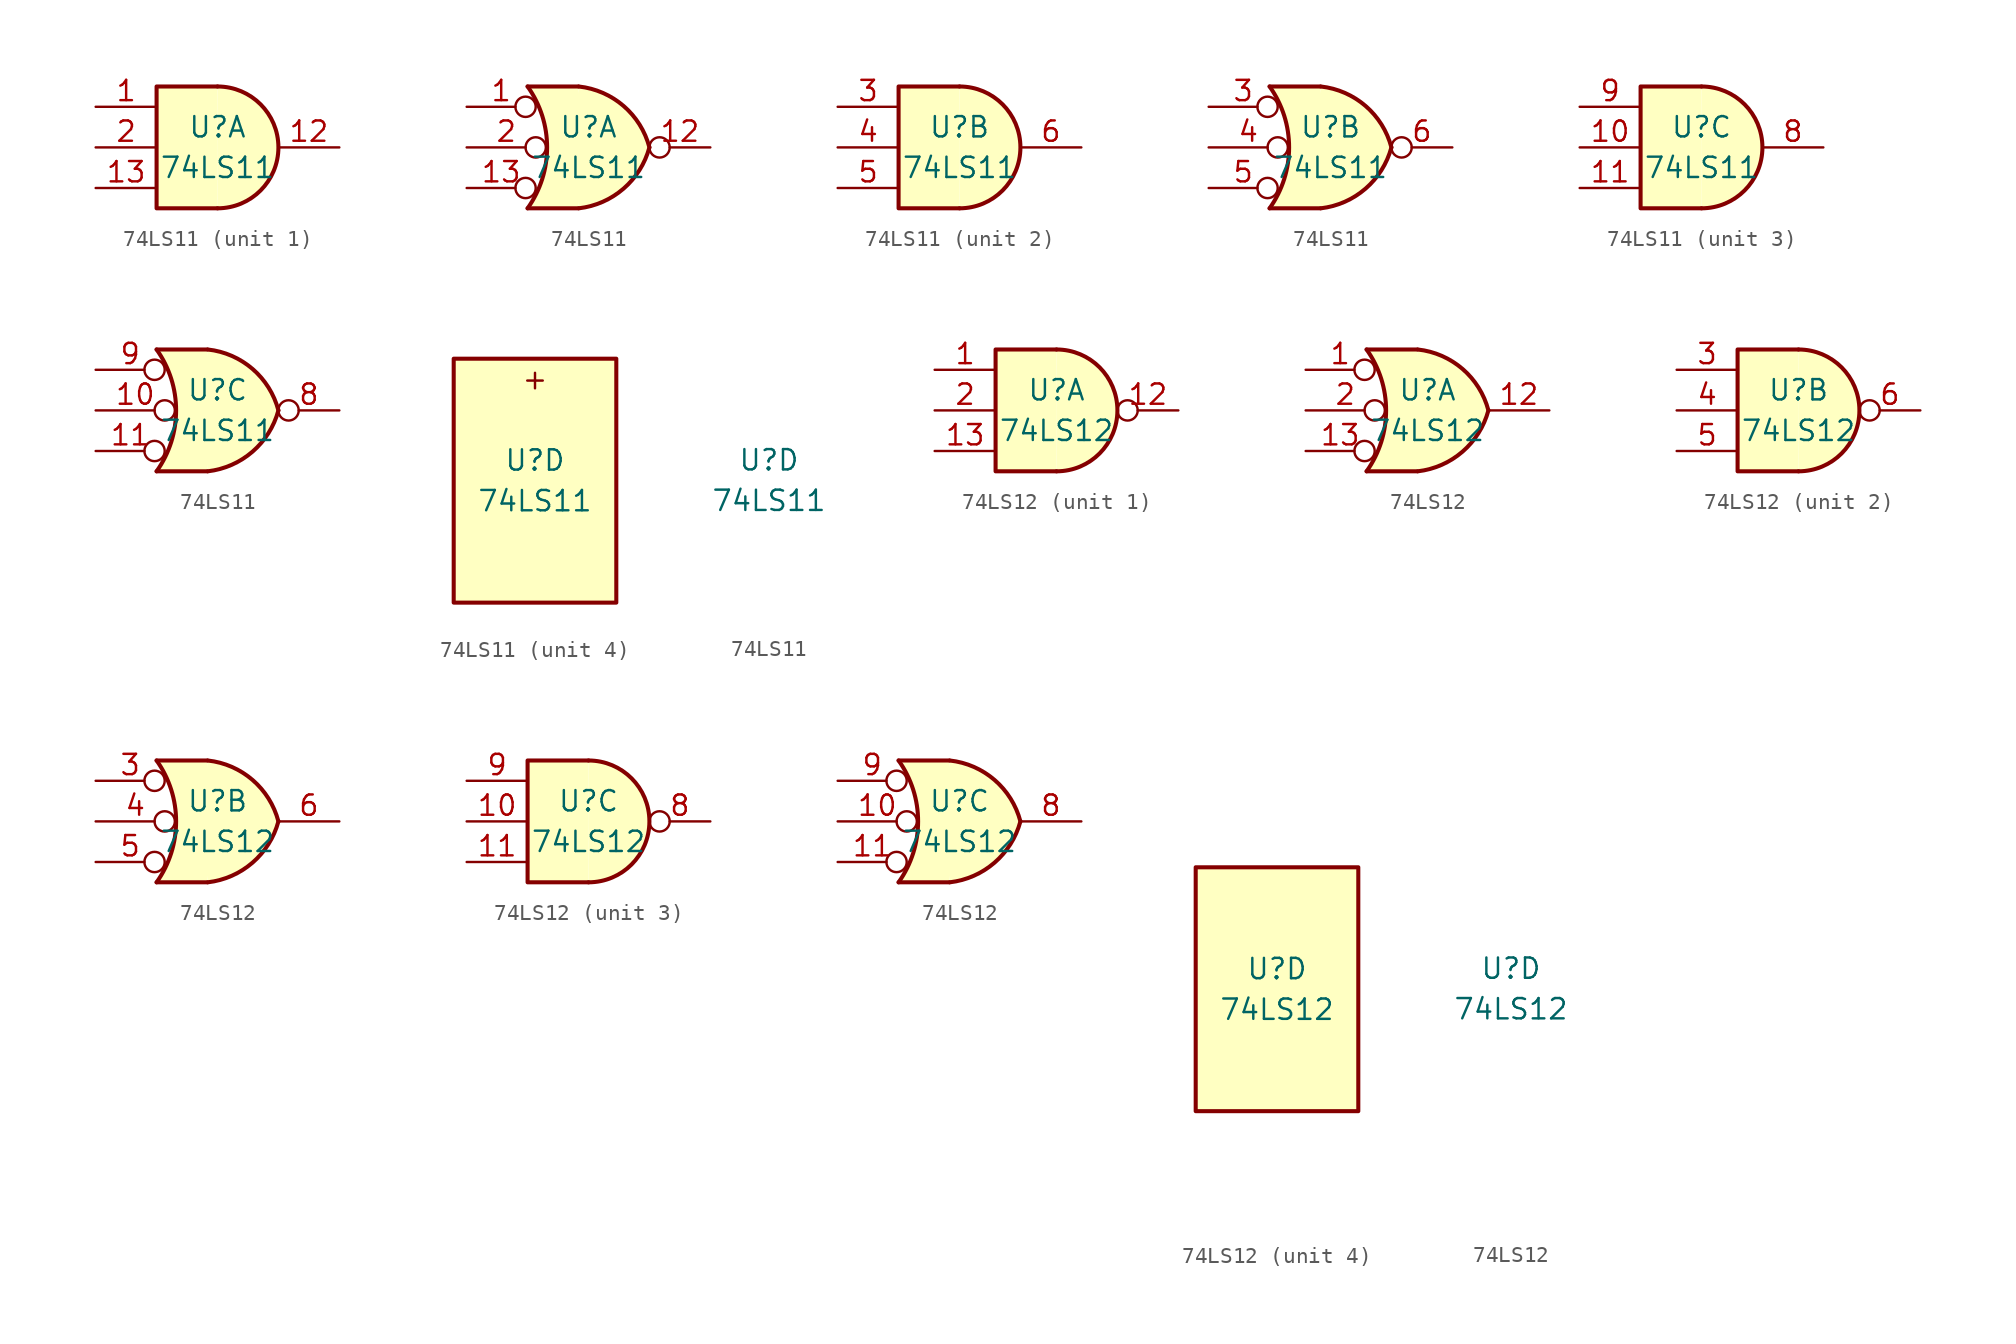
<source format=kicad_sym>
(kicad_symbol_lib
  (version 20231120)
  (generator "kicad_symbol_editor")
  (generator_version "8.0")
  (symbol "74LS11"
    (pin_names
      (offset 1.016))
    (property "Reference" "U"
      (at 0 1.27 0)
      (effects (font (size 1.27 1.27))))
    (property "Value" "74LS11"
      (at 0 -1.27 0)
      (effects (font (size 1.27 1.27))))
    (property "ki_locked" ""
      (at 0 0 0)
      (effects (font (size 1.27 1.27))))
    (symbol "74LS11_1_1"
      (arc (start 0 -3.81) (mid 3.7934 0) (end 0 3.81) (stroke (width 0.254) (type default)) (fill (type background)))
      (polyline (pts (xy 0 3.81) (xy -3.81 3.81) (xy -3.81 -3.81) (xy 0 -3.81)) (stroke (width 0.254) (type default)) (fill (type background)))
      (pin input line (at -7.62 2.54 0) (length 3.81) (name "~" (effects (font (size 1.27 1.27)))) (number "1" (effects (font (size 1.27 1.27)))))
      (pin output line (at 7.62 0 180) (length 3.81) (name "~" (effects (font (size 1.27 1.27)))) (number "12" (effects (font (size 1.27 1.27)))))
      (pin input line (at -7.62 -2.54 0) (length 3.81) (name "~" (effects (font (size 1.27 1.27)))) (number "13" (effects (font (size 1.27 1.27)))))
      (pin input line (at -7.62 0 0) (length 3.81) (name "~" (effects (font (size 1.27 1.27)))) (number "2" (effects (font (size 1.27 1.27))))))
    (symbol "74LS11_1_2"
      (arc (start -3.81 -3.81) (mid -2.589 0) (end -3.81 3.81) (stroke (width 0.254) (type default)) (fill (type none)))
      (arc (start -0.6096 -3.81) (mid 2.1842 -2.5851) (end 3.81 0) (stroke (width 0.254) (type default)) (fill (type background)))
      (polyline (pts (xy -3.81 -3.81) (xy -0.635 -3.81)) (stroke (width 0.254) (type default)) (fill (type background)))
      (polyline (pts (xy -3.81 3.81) (xy -0.635 3.81)) (stroke (width 0.254) (type default)) (fill (type background)))
      (polyline (pts (xy -0.635 3.81) (xy -3.81 3.81) (xy -3.81 3.81) (xy -3.556 3.404) (xy -3.023 2.261) (xy -2.692 1.041) (xy -2.616 -0.254) (xy -2.769 -1.499) (xy -3.175 -2.718) (xy -3.81 -3.81) (xy -3.81 -3.81) (xy -0.635 -3.81)) (stroke (width -25.4) (type default)) (fill (type background)))
      (arc (start 3.81 0) (mid 2.1915 2.5936) (end -0.6096 3.81) (stroke (width 0.254) (type default)) (fill (type background)))
      (pin input inverted (at -7.62 2.54 0) (length 4.318) (name "~" (effects (font (size 1.27 1.27)))) (number "1" (effects (font (size 1.27 1.27)))))
      (pin output inverted (at 7.62 0 180) (length 3.81) (name "~" (effects (font (size 1.27 1.27)))) (number "12" (effects (font (size 1.27 1.27)))))
      (pin input inverted (at -7.62 -2.54 0) (length 4.318) (name "~" (effects (font (size 1.27 1.27)))) (number "13" (effects (font (size 1.27 1.27)))))
      (pin input inverted (at -7.62 0 0) (length 4.953) (name "~" (effects (font (size 1.27 1.27)))) (number "2" (effects (font (size 1.27 1.27))))))
    (symbol "74LS11_2_1"
      (arc (start 0 -3.81) (mid 3.7934 0) (end 0 3.81) (stroke (width 0.254) (type default)) (fill (type background)))
      (polyline (pts (xy 0 3.81) (xy -3.81 3.81) (xy -3.81 -3.81) (xy 0 -3.81)) (stroke (width 0.254) (type default)) (fill (type background)))
      (pin input line (at -7.62 2.54 0) (length 3.81) (name "~" (effects (font (size 1.27 1.27)))) (number "3" (effects (font (size 1.27 1.27)))))
      (pin input line (at -7.62 0 0) (length 3.81) (name "~" (effects (font (size 1.27 1.27)))) (number "4" (effects (font (size 1.27 1.27)))))
      (pin input line (at -7.62 -2.54 0) (length 3.81) (name "~" (effects (font (size 1.27 1.27)))) (number "5" (effects (font (size 1.27 1.27)))))
      (pin output line (at 7.62 0 180) (length 3.81) (name "~" (effects (font (size 1.27 1.27)))) (number "6" (effects (font (size 1.27 1.27))))))
    (symbol "74LS11_2_2"
      (arc (start -3.81 -3.81) (mid -2.589 0) (end -3.81 3.81) (stroke (width 0.254) (type default)) (fill (type none)))
      (arc (start -0.6096 -3.81) (mid 2.1842 -2.5851) (end 3.81 0) (stroke (width 0.254) (type default)) (fill (type background)))
      (polyline (pts (xy -3.81 -3.81) (xy -0.635 -3.81)) (stroke (width 0.254) (type default)) (fill (type background)))
      (polyline (pts (xy -3.81 3.81) (xy -0.635 3.81)) (stroke (width 0.254) (type default)) (fill (type background)))
      (polyline (pts (xy -0.635 3.81) (xy -3.81 3.81) (xy -3.81 3.81) (xy -3.556 3.404) (xy -3.023 2.261) (xy -2.692 1.041) (xy -2.616 -0.254) (xy -2.769 -1.499) (xy -3.175 -2.718) (xy -3.81 -3.81) (xy -3.81 -3.81) (xy -0.635 -3.81)) (stroke (width -25.4) (type default)) (fill (type background)))
      (arc (start 3.81 0) (mid 2.1915 2.5936) (end -0.6096 3.81) (stroke (width 0.254) (type default)) (fill (type background)))
      (pin input inverted (at -7.62 2.54 0) (length 4.318) (name "~" (effects (font (size 1.27 1.27)))) (number "3" (effects (font (size 1.27 1.27)))))
      (pin input inverted (at -7.62 0 0) (length 4.953) (name "~" (effects (font (size 1.27 1.27)))) (number "4" (effects (font (size 1.27 1.27)))))
      (pin input inverted (at -7.62 -2.54 0) (length 4.318) (name "~" (effects (font (size 1.27 1.27)))) (number "5" (effects (font (size 1.27 1.27)))))
      (pin output inverted (at 7.62 0 180) (length 3.81) (name "~" (effects (font (size 1.27 1.27)))) (number "6" (effects (font (size 1.27 1.27))))))
    (symbol "74LS11_3_1"
      (arc (start 0 -3.81) (mid 3.7934 0) (end 0 3.81) (stroke (width 0.254) (type default)) (fill (type background)))
      (polyline (pts (xy 0 3.81) (xy -3.81 3.81) (xy -3.81 -3.81) (xy 0 -3.81)) (stroke (width 0.254) (type default)) (fill (type background)))
      (pin input line (at -7.62 0 0) (length 3.81) (name "~" (effects (font (size 1.27 1.27)))) (number "10" (effects (font (size 1.27 1.27)))))
      (pin input line (at -7.62 -2.54 0) (length 3.81) (name "~" (effects (font (size 1.27 1.27)))) (number "11" (effects (font (size 1.27 1.27)))))
      (pin output line (at 7.62 0 180) (length 3.81) (name "~" (effects (font (size 1.27 1.27)))) (number "8" (effects (font (size 1.27 1.27)))))
      (pin input line (at -7.62 2.54 0) (length 3.81) (name "~" (effects (font (size 1.27 1.27)))) (number "9" (effects (font (size 1.27 1.27))))))
    (symbol "74LS11_3_2"
      (arc (start -3.81 -3.81) (mid -2.589 0) (end -3.81 3.81) (stroke (width 0.254) (type default)) (fill (type none)))
      (arc (start -0.6096 -3.81) (mid 2.1842 -2.5851) (end 3.81 0) (stroke (width 0.254) (type default)) (fill (type background)))
      (polyline (pts (xy -3.81 -3.81) (xy -0.635 -3.81)) (stroke (width 0.254) (type default)) (fill (type background)))
      (polyline (pts (xy -3.81 3.81) (xy -0.635 3.81)) (stroke (width 0.254) (type default)) (fill (type background)))
      (polyline (pts (xy -0.635 3.81) (xy -3.81 3.81) (xy -3.81 3.81) (xy -3.556 3.404) (xy -3.023 2.261) (xy -2.692 1.041) (xy -2.616 -0.254) (xy -2.769 -1.499) (xy -3.175 -2.718) (xy -3.81 -3.81) (xy -3.81 -3.81) (xy -0.635 -3.81)) (stroke (width -25.4) (type default)) (fill (type background)))
      (arc (start 3.81 0) (mid 2.1915 2.5936) (end -0.6096 3.81) (stroke (width 0.254) (type default)) (fill (type background)))
      (pin input inverted (at -7.62 0 0) (length 4.953) (name "~" (effects (font (size 1.27 1.27)))) (number "10" (effects (font (size 1.27 1.27)))))
      (pin input inverted (at -7.62 -2.54 0) (length 4.318) (name "~" (effects (font (size 1.27 1.27)))) (number "11" (effects (font (size 1.27 1.27)))))
      (pin output inverted (at 7.62 0 180) (length 3.81) (name "~" (effects (font (size 1.27 1.27)))) (number "8" (effects (font (size 1.27 1.27)))))
      (pin input inverted (at -7.62 2.54 0) (length 4.318) (name "~" (effects (font (size 1.27 1.27)))) (number "9" (effects (font (size 1.27 1.27))))))
    (symbol "74LS11_4_0"
      (pin input line (at 0 7.62 270) (length 5.08) hide (name "VCC" (effects (font (size 1.27 1.27)))) (number "14" (effects (font (size 1.27 1.27)))))
      (pin input line (at 0 -7.62 90) (length 5.08) hide (name "GND" (effects (font (size 1.27 1.27)))) (number "7" (effects (font (size 1.27 1.27))))))
    (symbol "74LS11_4_1"
      (rectangle (start -5.08 7.62) (end 5.08 -7.62) (stroke (width 0.254) (type default)) (fill (type background)))
      (text "+" (at 0 6.35 0) (effects (font (size 1.27 1.27))))))
  (symbol "74LS12"
    (pin_names
      (offset 1.016))
    (property "Reference" "U"
      (at 0 1.27 0)
      (effects (font (size 1.27 1.27))))
    (property "Value" "74LS12"
      (at 0 -1.27 0)
      (effects (font (size 1.27 1.27))))
    (property "ki_locked" ""
      (at 0 0 0)
      (effects (font (size 1.27 1.27))))
    (symbol "74LS12_1_1"
      (arc (start 0 -3.81) (mid 3.7934 0) (end 0 3.81) (stroke (width 0.254) (type default)) (fill (type background)))
      (polyline (pts (xy 0 3.81) (xy -3.81 3.81) (xy -3.81 -3.81) (xy 0 -3.81)) (stroke (width 0.254) (type default)) (fill (type background)))
      (pin input line (at -7.62 2.54 0) (length 3.81) (name "~" (effects (font (size 1.27 1.27)))) (number "1" (effects (font (size 1.27 1.27)))))
      (pin open_collector inverted (at 7.62 0 180) (length 3.81) (name "~" (effects (font (size 1.27 1.27)))) (number "12" (effects (font (size 1.27 1.27)))))
      (pin input line (at -7.62 -2.54 0) (length 3.81) (name "~" (effects (font (size 1.27 1.27)))) (number "13" (effects (font (size 1.27 1.27)))))
      (pin input line (at -7.62 0 0) (length 3.81) (name "~" (effects (font (size 1.27 1.27)))) (number "2" (effects (font (size 1.27 1.27))))))
    (symbol "74LS12_1_2"
      (arc (start -3.81 -3.81) (mid -2.589 0) (end -3.81 3.81) (stroke (width 0.254) (type default)) (fill (type none)))
      (arc (start -0.6096 -3.81) (mid 2.1842 -2.5851) (end 3.81 0) (stroke (width 0.254) (type default)) (fill (type background)))
      (polyline (pts (xy -3.81 -3.81) (xy -0.635 -3.81)) (stroke (width 0.254) (type default)) (fill (type background)))
      (polyline (pts (xy -3.81 3.81) (xy -0.635 3.81)) (stroke (width 0.254) (type default)) (fill (type background)))
      (polyline (pts (xy -0.635 3.81) (xy -3.81 3.81) (xy -3.81 3.81) (xy -3.556 3.404) (xy -3.023 2.261) (xy -2.692 1.041) (xy -2.616 -0.254) (xy -2.769 -1.499) (xy -3.175 -2.718) (xy -3.81 -3.81) (xy -3.81 -3.81) (xy -0.635 -3.81)) (stroke (width -25.4) (type default)) (fill (type background)))
      (arc (start 3.81 0) (mid 2.1915 2.5936) (end -0.6096 3.81) (stroke (width 0.254) (type default)) (fill (type background)))
      (pin input inverted (at -7.62 2.54 0) (length 4.318) (name "~" (effects (font (size 1.27 1.27)))) (number "1" (effects (font (size 1.27 1.27)))))
      (pin open_collector line (at 7.62 0 180) (length 3.81) (name "~" (effects (font (size 1.27 1.27)))) (number "12" (effects (font (size 1.27 1.27)))))
      (pin input inverted (at -7.62 -2.54 0) (length 4.318) (name "~" (effects (font (size 1.27 1.27)))) (number "13" (effects (font (size 1.27 1.27)))))
      (pin input inverted (at -7.62 0 0) (length 4.953) (name "~" (effects (font (size 1.27 1.27)))) (number "2" (effects (font (size 1.27 1.27))))))
    (symbol "74LS12_2_1"
      (arc (start 0 -3.81) (mid 3.7934 0) (end 0 3.81) (stroke (width 0.254) (type default)) (fill (type background)))
      (polyline (pts (xy 0 3.81) (xy -3.81 3.81) (xy -3.81 -3.81) (xy 0 -3.81)) (stroke (width 0.254) (type default)) (fill (type background)))
      (pin input line (at -7.62 2.54 0) (length 3.81) (name "~" (effects (font (size 1.27 1.27)))) (number "3" (effects (font (size 1.27 1.27)))))
      (pin input line (at -7.62 0 0) (length 3.81) (name "~" (effects (font (size 1.27 1.27)))) (number "4" (effects (font (size 1.27 1.27)))))
      (pin input line (at -7.62 -2.54 0) (length 3.81) (name "~" (effects (font (size 1.27 1.27)))) (number "5" (effects (font (size 1.27 1.27)))))
      (pin open_collector inverted (at 7.62 0 180) (length 3.81) (name "~" (effects (font (size 1.27 1.27)))) (number "6" (effects (font (size 1.27 1.27))))))
    (symbol "74LS12_2_2"
      (arc (start -3.81 -3.81) (mid -2.589 0) (end -3.81 3.81) (stroke (width 0.254) (type default)) (fill (type none)))
      (arc (start -0.6096 -3.81) (mid 2.1842 -2.5851) (end 3.81 0) (stroke (width 0.254) (type default)) (fill (type background)))
      (polyline (pts (xy -3.81 -3.81) (xy -0.635 -3.81)) (stroke (width 0.254) (type default)) (fill (type background)))
      (polyline (pts (xy -3.81 3.81) (xy -0.635 3.81)) (stroke (width 0.254) (type default)) (fill (type background)))
      (polyline (pts (xy -0.635 3.81) (xy -3.81 3.81) (xy -3.81 3.81) (xy -3.556 3.404) (xy -3.023 2.261) (xy -2.692 1.041) (xy -2.616 -0.254) (xy -2.769 -1.499) (xy -3.175 -2.718) (xy -3.81 -3.81) (xy -3.81 -3.81) (xy -0.635 -3.81)) (stroke (width -25.4) (type default)) (fill (type background)))
      (arc (start 3.81 0) (mid 2.1915 2.5936) (end -0.6096 3.81) (stroke (width 0.254) (type default)) (fill (type background)))
      (pin input inverted (at -7.62 2.54 0) (length 4.318) (name "~" (effects (font (size 1.27 1.27)))) (number "3" (effects (font (size 1.27 1.27)))))
      (pin input inverted (at -7.62 0 0) (length 4.953) (name "~" (effects (font (size 1.27 1.27)))) (number "4" (effects (font (size 1.27 1.27)))))
      (pin input inverted (at -7.62 -2.54 0) (length 4.318) (name "~" (effects (font (size 1.27 1.27)))) (number "5" (effects (font (size 1.27 1.27)))))
      (pin open_collector line (at 7.62 0 180) (length 3.81) (name "~" (effects (font (size 1.27 1.27)))) (number "6" (effects (font (size 1.27 1.27))))))
    (symbol "74LS12_3_1"
      (arc (start 0 -3.81) (mid 3.7934 0) (end 0 3.81) (stroke (width 0.254) (type default)) (fill (type background)))
      (polyline (pts (xy 0 3.81) (xy -3.81 3.81) (xy -3.81 -3.81) (xy 0 -3.81)) (stroke (width 0.254) (type default)) (fill (type background)))
      (pin input line (at -7.62 0 0) (length 3.81) (name "~" (effects (font (size 1.27 1.27)))) (number "10" (effects (font (size 1.27 1.27)))))
      (pin input line (at -7.62 -2.54 0) (length 3.81) (name "~" (effects (font (size 1.27 1.27)))) (number "11" (effects (font (size 1.27 1.27)))))
      (pin open_collector inverted (at 7.62 0 180) (length 3.81) (name "~" (effects (font (size 1.27 1.27)))) (number "8" (effects (font (size 1.27 1.27)))))
      (pin input line (at -7.62 2.54 0) (length 3.81) (name "~" (effects (font (size 1.27 1.27)))) (number "9" (effects (font (size 1.27 1.27))))))
    (symbol "74LS12_3_2"
      (arc (start -3.81 -3.81) (mid -2.589 0) (end -3.81 3.81) (stroke (width 0.254) (type default)) (fill (type none)))
      (arc (start -0.6096 -3.81) (mid 2.1842 -2.5851) (end 3.81 0) (stroke (width 0.254) (type default)) (fill (type background)))
      (polyline (pts (xy -3.81 -3.81) (xy -0.635 -3.81)) (stroke (width 0.254) (type default)) (fill (type background)))
      (polyline (pts (xy -3.81 3.81) (xy -0.635 3.81)) (stroke (width 0.254) (type default)) (fill (type background)))
      (polyline (pts (xy -0.635 3.81) (xy -3.81 3.81) (xy -3.81 3.81) (xy -3.556 3.404) (xy -3.023 2.261) (xy -2.692 1.041) (xy -2.616 -0.254) (xy -2.769 -1.499) (xy -3.175 -2.718) (xy -3.81 -3.81) (xy -3.81 -3.81) (xy -0.635 -3.81)) (stroke (width -25.4) (type default)) (fill (type background)))
      (arc (start 3.81 0) (mid 2.1915 2.5936) (end -0.6096 3.81) (stroke (width 0.254) (type default)) (fill (type background)))
      (pin input inverted (at -7.62 0 0) (length 4.953) (name "~" (effects (font (size 1.27 1.27)))) (number "10" (effects (font (size 1.27 1.27)))))
      (pin input inverted (at -7.62 -2.54 0) (length 4.318) (name "~" (effects (font (size 1.27 1.27)))) (number "11" (effects (font (size 1.27 1.27)))))
      (pin open_collector line (at 7.62 0 180) (length 3.81) (name "~" (effects (font (size 1.27 1.27)))) (number "8" (effects (font (size 1.27 1.27)))))
      (pin input inverted (at -7.62 2.54 0) (length 4.318) (name "~" (effects (font (size 1.27 1.27)))) (number "9" (effects (font (size 1.27 1.27))))))
    (symbol "74LS12_4_0"
      (pin input line (at 0 12.7 270) (length 5.08) hide (name "VCC" (effects (font (size 1.27 1.27)))) (number "14" (effects (font (size 1.27 1.27)))))
      (pin input line (at 0 -12.7 90) (length 5.08) hide (name "GND" (effects (font (size 1.27 1.27)))) (number "7" (effects (font (size 1.27 1.27))))))
    (symbol "74LS12_4_1"
      (rectangle (start -5.08 7.62) (end 5.08 -7.62) (stroke (width 0.254) (type default)) (fill (type background))))))
</source>
